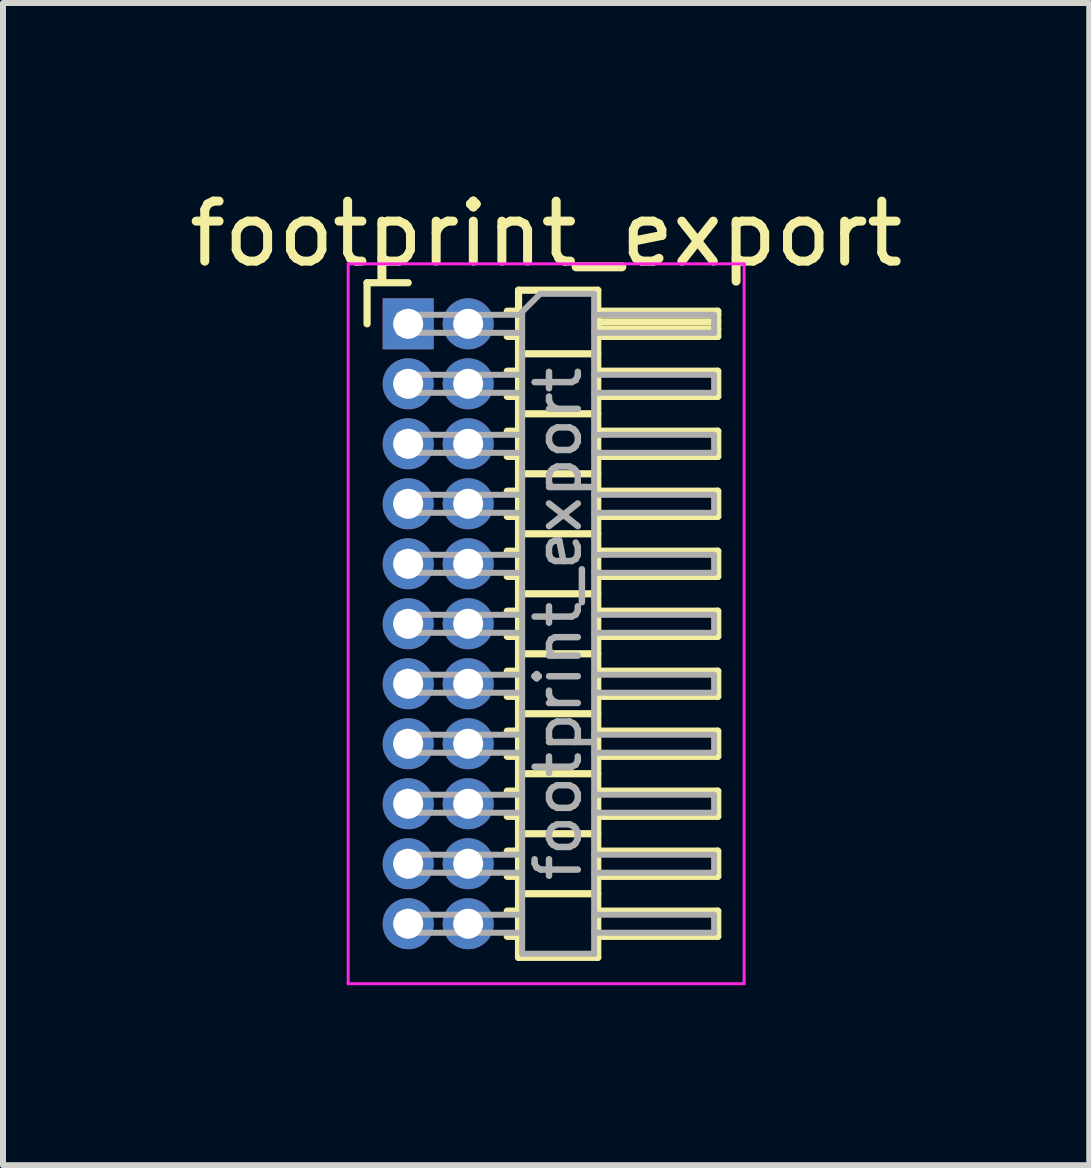
<source format=kicad_pcb>
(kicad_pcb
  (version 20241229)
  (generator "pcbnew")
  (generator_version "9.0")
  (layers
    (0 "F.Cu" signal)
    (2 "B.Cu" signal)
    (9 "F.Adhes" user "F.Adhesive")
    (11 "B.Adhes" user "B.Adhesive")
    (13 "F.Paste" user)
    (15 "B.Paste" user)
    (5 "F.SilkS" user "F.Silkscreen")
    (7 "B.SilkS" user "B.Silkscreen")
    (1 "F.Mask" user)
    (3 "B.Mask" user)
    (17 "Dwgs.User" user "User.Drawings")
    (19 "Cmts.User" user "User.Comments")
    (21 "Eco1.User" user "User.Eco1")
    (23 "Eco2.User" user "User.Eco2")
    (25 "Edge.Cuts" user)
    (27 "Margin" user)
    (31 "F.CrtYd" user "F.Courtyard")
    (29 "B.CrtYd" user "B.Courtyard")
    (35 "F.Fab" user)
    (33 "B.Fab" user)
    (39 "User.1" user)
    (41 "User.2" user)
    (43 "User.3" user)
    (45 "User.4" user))
  (footprint "footprint_export"
    (layer "F.Cu")
    (at 3.754 2.348)
    (property "Reference" "footprint_export" (at 2.3 -1.5 0) (layer "F.SilkS") (effects (font (size 1 1) (thickness 0.15))))
    (attr through_hole)
    (fp_line (start -0.685 -0.685) (end 0 -0.685) (stroke (width 0.12) (type solid)) (layer "F.SilkS"))
    (fp_line (start -0.685 0) (end -0.685 -0.685) (stroke (width 0.12) (type solid)) (layer "F.SilkS"))
    (fp_line (start 1.652 -0.21) (end 1.84 -0.21) (stroke (width 0.12) (type solid)) (layer "F.SilkS"))
    (fp_line (start 1.652 0.21) (end 1.84 0.21) (stroke (width 0.12) (type solid)) (layer "F.SilkS"))
    (fp_line (start 1.652 0.79) (end 1.84 0.79) (stroke (width 0.12) (type solid)) (layer "F.SilkS"))
    (fp_line (start 1.652 1.21) (end 1.84 1.21) (stroke (width 0.12) (type solid)) (layer "F.SilkS"))
    (fp_line (start 1.652 1.79) (end 1.84 1.79) (stroke (width 0.12) (type solid)) (layer "F.SilkS"))
    (fp_line (start 1.652 2.21) (end 1.84 2.21) (stroke (width 0.12) (type solid)) (layer "F.SilkS"))
    (fp_line (start 1.652 2.79) (end 1.84 2.79) (stroke (width 0.12) (type solid)) (layer "F.SilkS"))
    (fp_line (start 1.652 3.21) (end 1.84 3.21) (stroke (width 0.12) (type solid)) (layer "F.SilkS"))
    (fp_line (start 1.652 3.79) (end 1.84 3.79) (stroke (width 0.12) (type solid)) (layer "F.SilkS"))
    (fp_line (start 1.652 4.21) (end 1.84 4.21) (stroke (width 0.12) (type solid)) (layer "F.SilkS"))
    (fp_line (start 1.652 4.79) (end 1.84 4.79) (stroke (width 0.12) (type solid)) (layer "F.SilkS"))
    (fp_line (start 1.652 5.21) (end 1.84 5.21) (stroke (width 0.12) (type solid)) (layer "F.SilkS"))
    (fp_line (start 1.652 5.79) (end 1.84 5.79) (stroke (width 0.12) (type solid)) (layer "F.SilkS"))
    (fp_line (start 1.652 6.21) (end 1.84 6.21) (stroke (width 0.12) (type solid)) (layer "F.SilkS"))
    (fp_line (start 1.652 6.79) (end 1.84 6.79) (stroke (width 0.12) (type solid)) (layer "F.SilkS"))
    (fp_line (start 1.652 7.21) (end 1.84 7.21) (stroke (width 0.12) (type solid)) (layer "F.SilkS"))
    (fp_line (start 1.652 7.79) (end 1.84 7.79) (stroke (width 0.12) (type solid)) (layer "F.SilkS"))
    (fp_line (start 1.652 8.21) (end 1.84 8.21) (stroke (width 0.12) (type solid)) (layer "F.SilkS"))
    (fp_line (start 1.652 8.79) (end 1.84 8.79) (stroke (width 0.12) (type solid)) (layer "F.SilkS"))
    (fp_line (start 1.652 9.21) (end 1.84 9.21) (stroke (width 0.12) (type solid)) (layer "F.SilkS"))
    (fp_line (start 1.652 9.79) (end 1.84 9.79) (stroke (width 0.12) (type solid)) (layer "F.SilkS"))
    (fp_line (start 1.652 10.21) (end 1.84 10.21) (stroke (width 0.12) (type solid)) (layer "F.SilkS"))
    (fp_line (start 1.84 -0.56) (end 1.84 10.56) (stroke (width 0.12) (type solid)) (layer "F.SilkS"))
    (fp_line (start 1.84 0.5) (end 3.16 0.5) (stroke (width 0.12) (type solid)) (layer "F.SilkS"))
    (fp_line (start 1.84 1.5) (end 3.16 1.5) (stroke (width 0.12) (type solid)) (layer "F.SilkS"))
    (fp_line (start 1.84 2.5) (end 3.16 2.5) (stroke (width 0.12) (type solid)) (layer "F.SilkS"))
    (fp_line (start 1.84 3.5) (end 3.16 3.5) (stroke (width 0.12) (type solid)) (layer "F.SilkS"))
    (fp_line (start 1.84 4.5) (end 3.16 4.5) (stroke (width 0.12) (type solid)) (layer "F.SilkS"))
    (fp_line (start 1.84 5.5) (end 3.16 5.5) (stroke (width 0.12) (type solid)) (layer "F.SilkS"))
    (fp_line (start 1.84 6.5) (end 3.16 6.5) (stroke (width 0.12) (type solid)) (layer "F.SilkS"))
    (fp_line (start 1.84 7.5) (end 3.16 7.5) (stroke (width 0.12) (type solid)) (layer "F.SilkS"))
    (fp_line (start 1.84 8.5) (end 3.16 8.5) (stroke (width 0.12) (type solid)) (layer "F.SilkS"))
    (fp_line (start 1.84 9.5) (end 3.16 9.5) (stroke (width 0.12) (type solid)) (layer "F.SilkS"))
    (fp_line (start 1.84 10.56) (end 3.16 10.56) (stroke (width 0.12) (type solid)) (layer "F.SilkS"))
    (fp_line (start 3.16 -0.56) (end 1.84 -0.56) (stroke (width 0.12) (type solid)) (layer "F.SilkS"))
    (fp_line (start 3.16 -0.21) (end 5.16 -0.21) (stroke (width 0.12) (type solid)) (layer "F.SilkS"))
    (fp_line (start 3.16 -0.15) (end 5.16 -0.15) (stroke (width 0.12) (type solid)) (layer "F.SilkS"))
    (fp_line (start 3.16 -0.03) (end 5.16 -0.03) (stroke (width 0.12) (type solid)) (layer "F.SilkS"))
    (fp_line (start 3.16 0.09) (end 5.16 0.09) (stroke (width 0.12) (type solid)) (layer "F.SilkS"))
    (fp_line (start 3.16 0.79) (end 5.16 0.79) (stroke (width 0.12) (type solid)) (layer "F.SilkS"))
    (fp_line (start 3.16 1.79) (end 5.16 1.79) (stroke (width 0.12) (type solid)) (layer "F.SilkS"))
    (fp_line (start 3.16 2.79) (end 5.16 2.79) (stroke (width 0.12) (type solid)) (layer "F.SilkS"))
    (fp_line (start 3.16 3.79) (end 5.16 3.79) (stroke (width 0.12) (type solid)) (layer "F.SilkS"))
    (fp_line (start 3.16 4.79) (end 5.16 4.79) (stroke (width 0.12) (type solid)) (layer "F.SilkS"))
    (fp_line (start 3.16 5.79) (end 5.16 5.79) (stroke (width 0.12) (type solid)) (layer "F.SilkS"))
    (fp_line (start 3.16 6.79) (end 5.16 6.79) (stroke (width 0.12) (type solid)) (layer "F.SilkS"))
    (fp_line (start 3.16 7.79) (end 5.16 7.79) (stroke (width 0.12) (type solid)) (layer "F.SilkS"))
    (fp_line (start 3.16 8.79) (end 5.16 8.79) (stroke (width 0.12) (type solid)) (layer "F.SilkS"))
    (fp_line (start 3.16 9.79) (end 5.16 9.79) (stroke (width 0.12) (type solid)) (layer "F.SilkS"))
    (fp_line (start 3.16 10.56) (end 3.16 -0.56) (stroke (width 0.12) (type solid)) (layer "F.SilkS"))
    (fp_line (start 5.16 -0.21) (end 5.16 0.21) (stroke (width 0.12) (type solid)) (layer "F.SilkS"))
    (fp_line (start 5.16 0.21) (end 3.16 0.21) (stroke (width 0.12) (type solid)) (layer "F.SilkS"))
    (fp_line (start 5.16 0.79) (end 5.16 1.21) (stroke (width 0.12) (type solid)) (layer "F.SilkS"))
    (fp_line (start 5.16 1.21) (end 3.16 1.21) (stroke (width 0.12) (type solid)) (layer "F.SilkS"))
    (fp_line (start 5.16 1.79) (end 5.16 2.21) (stroke (width 0.12) (type solid)) (layer "F.SilkS"))
    (fp_line (start 5.16 2.21) (end 3.16 2.21) (stroke (width 0.12) (type solid)) (layer "F.SilkS"))
    (fp_line (start 5.16 2.79) (end 5.16 3.21) (stroke (width 0.12) (type solid)) (layer "F.SilkS"))
    (fp_line (start 5.16 3.21) (end 3.16 3.21) (stroke (width 0.12) (type solid)) (layer "F.SilkS"))
    (fp_line (start 5.16 3.79) (end 5.16 4.21) (stroke (width 0.12) (type solid)) (layer "F.SilkS"))
    (fp_line (start 5.16 4.21) (end 3.16 4.21) (stroke (width 0.12) (type solid)) (layer "F.SilkS"))
    (fp_line (start 5.16 4.79) (end 5.16 5.21) (stroke (width 0.12) (type solid)) (layer "F.SilkS"))
    (fp_line (start 5.16 5.21) (end 3.16 5.21) (stroke (width 0.12) (type solid)) (layer "F.SilkS"))
    (fp_line (start 5.16 5.79) (end 5.16 6.21) (stroke (width 0.12) (type solid)) (layer "F.SilkS"))
    (fp_line (start 5.16 6.21) (end 3.16 6.21) (stroke (width 0.12) (type solid)) (layer "F.SilkS"))
    (fp_line (start 5.16 6.79) (end 5.16 7.21) (stroke (width 0.12) (type solid)) (layer "F.SilkS"))
    (fp_line (start 5.16 7.21) (end 3.16 7.21) (stroke (width 0.12) (type solid)) (layer "F.SilkS"))
    (fp_line (start 5.16 7.79) (end 5.16 8.21) (stroke (width 0.12) (type solid)) (layer "F.SilkS"))
    (fp_line (start 5.16 8.21) (end 3.16 8.21) (stroke (width 0.12) (type solid)) (layer "F.SilkS"))
    (fp_line (start 5.16 8.79) (end 5.16 9.21) (stroke (width 0.12) (type solid)) (layer "F.SilkS"))
    (fp_line (start 5.16 9.21) (end 3.16 9.21) (stroke (width 0.12) (type solid)) (layer "F.SilkS"))
    (fp_line (start 5.16 9.79) (end 5.16 10.21) (stroke (width 0.12) (type solid)) (layer "F.SilkS"))
    (fp_line (start 5.16 10.21) (end 3.16 10.21) (stroke (width 0.12) (type solid)) (layer "F.SilkS"))
    (fp_line (start -1 -1) (end -1 11) (stroke (width 0.05) (type solid)) (layer "F.CrtYd"))
    (fp_line (start -1 11) (end 5.6 11) (stroke (width 0.05) (type solid)) (layer "F.CrtYd"))
    (fp_line (start 5.6 -1) (end -1 -1) (stroke (width 0.05) (type solid)) (layer "F.CrtYd"))
    (fp_line (start 5.6 11) (end 5.6 -1) (stroke (width 0.05) (type solid)) (layer "F.CrtYd"))
    (fp_line (start -0.15 -0.15) (end -0.15 0.15) (stroke (width 0.1) (type solid)) (layer "F.Fab"))
    (fp_line (start -0.15 -0.15) (end 1.9 -0.15) (stroke (width 0.1) (type solid)) (layer "F.Fab"))
    (fp_line (start -0.15 0.15) (end 1.9 0.15) (stroke (width 0.1) (type solid)) (layer "F.Fab"))
    (fp_line (start -0.15 0.85) (end -0.15 1.15) (stroke (width 0.1) (type solid)) (layer "F.Fab"))
    (fp_line (start -0.15 0.85) (end 1.9 0.85) (stroke (width 0.1) (type solid)) (layer "F.Fab"))
    (fp_line (start -0.15 1.15) (end 1.9 1.15) (stroke (width 0.1) (type solid)) (layer "F.Fab"))
    (fp_line (start -0.15 1.85) (end -0.15 2.15) (stroke (width 0.1) (type solid)) (layer "F.Fab"))
    (fp_line (start -0.15 1.85) (end 1.9 1.85) (stroke (width 0.1) (type solid)) (layer "F.Fab"))
    (fp_line (start -0.15 2.15) (end 1.9 2.15) (stroke (width 0.1) (type solid)) (layer "F.Fab"))
    (fp_line (start -0.15 2.85) (end -0.15 3.15) (stroke (width 0.1) (type solid)) (layer "F.Fab"))
    (fp_line (start -0.15 2.85) (end 1.9 2.85) (stroke (width 0.1) (type solid)) (layer "F.Fab"))
    (fp_line (start -0.15 3.15) (end 1.9 3.15) (stroke (width 0.1) (type solid)) (layer "F.Fab"))
    (fp_line (start -0.15 3.85) (end -0.15 4.15) (stroke (width 0.1) (type solid)) (layer "F.Fab"))
    (fp_line (start -0.15 3.85) (end 1.9 3.85) (stroke (width 0.1) (type solid)) (layer "F.Fab"))
    (fp_line (start -0.15 4.15) (end 1.9 4.15) (stroke (width 0.1) (type solid)) (layer "F.Fab"))
    (fp_line (start -0.15 4.85) (end -0.15 5.15) (stroke (width 0.1) (type solid)) (layer "F.Fab"))
    (fp_line (start -0.15 4.85) (end 1.9 4.85) (stroke (width 0.1) (type solid)) (layer "F.Fab"))
    (fp_line (start -0.15 5.15) (end 1.9 5.15) (stroke (width 0.1) (type solid)) (layer "F.Fab"))
    (fp_line (start -0.15 5.85) (end -0.15 6.15) (stroke (width 0.1) (type solid)) (layer "F.Fab"))
    (fp_line (start -0.15 5.85) (end 1.9 5.85) (stroke (width 0.1) (type solid)) (layer "F.Fab"))
    (fp_line (start -0.15 6.15) (end 1.9 6.15) (stroke (width 0.1) (type solid)) (layer "F.Fab"))
    (fp_line (start -0.15 6.85) (end -0.15 7.15) (stroke (width 0.1) (type solid)) (layer "F.Fab"))
    (fp_line (start -0.15 6.85) (end 1.9 6.85) (stroke (width 0.1) (type solid)) (layer "F.Fab"))
    (fp_line (start -0.15 7.15) (end 1.9 7.15) (stroke (width 0.1) (type solid)) (layer "F.Fab"))
    (fp_line (start -0.15 7.85) (end -0.15 8.15) (stroke (width 0.1) (type solid)) (layer "F.Fab"))
    (fp_line (start -0.15 7.85) (end 1.9 7.85) (stroke (width 0.1) (type solid)) (layer "F.Fab"))
    (fp_line (start -0.15 8.15) (end 1.9 8.15) (stroke (width 0.1) (type solid)) (layer "F.Fab"))
    (fp_line (start -0.15 8.85) (end -0.15 9.15) (stroke (width 0.1) (type solid)) (layer "F.Fab"))
    (fp_line (start -0.15 8.85) (end 1.9 8.85) (stroke (width 0.1) (type solid)) (layer "F.Fab"))
    (fp_line (start -0.15 9.15) (end 1.9 9.15) (stroke (width 0.1) (type solid)) (layer "F.Fab"))
    (fp_line (start -0.15 9.85) (end -0.15 10.15) (stroke (width 0.1) (type solid)) (layer "F.Fab"))
    (fp_line (start -0.15 9.85) (end 1.9 9.85) (stroke (width 0.1) (type solid)) (layer "F.Fab"))
    (fp_line (start -0.15 10.15) (end 1.9 10.15) (stroke (width 0.1) (type solid)) (layer "F.Fab"))
    (fp_line (start 1.9 -0.2) (end 2.2 -0.5) (stroke (width 0.1) (type solid)) (layer "F.Fab"))
    (fp_line (start 1.9 10.5) (end 1.9 -0.2) (stroke (width 0.1) (type solid)) (layer "F.Fab"))
    (fp_line (start 2.2 -0.5) (end 3.1 -0.5) (stroke (width 0.1) (type solid)) (layer "F.Fab"))
    (fp_line (start 3.1 -0.5) (end 3.1 10.5) (stroke (width 0.1) (type solid)) (layer "F.Fab"))
    (fp_line (start 3.1 -0.15) (end 5.1 -0.15) (stroke (width 0.1) (type solid)) (layer "F.Fab"))
    (fp_line (start 3.1 0.15) (end 5.1 0.15) (stroke (width 0.1) (type solid)) (layer "F.Fab"))
    (fp_line (start 3.1 0.85) (end 5.1 0.85) (stroke (width 0.1) (type solid)) (layer "F.Fab"))
    (fp_line (start 3.1 1.15) (end 5.1 1.15) (stroke (width 0.1) (type solid)) (layer "F.Fab"))
    (fp_line (start 3.1 1.85) (end 5.1 1.85) (stroke (width 0.1) (type solid)) (layer "F.Fab"))
    (fp_line (start 3.1 2.15) (end 5.1 2.15) (stroke (width 0.1) (type solid)) (layer "F.Fab"))
    (fp_line (start 3.1 2.85) (end 5.1 2.85) (stroke (width 0.1) (type solid)) (layer "F.Fab"))
    (fp_line (start 3.1 3.15) (end 5.1 3.15) (stroke (width 0.1) (type solid)) (layer "F.Fab"))
    (fp_line (start 3.1 3.85) (end 5.1 3.85) (stroke (width 0.1) (type solid)) (layer "F.Fab"))
    (fp_line (start 3.1 4.15) (end 5.1 4.15) (stroke (width 0.1) (type solid)) (layer "F.Fab"))
    (fp_line (start 3.1 4.85) (end 5.1 4.85) (stroke (width 0.1) (type solid)) (layer "F.Fab"))
    (fp_line (start 3.1 5.15) (end 5.1 5.15) (stroke (width 0.1) (type solid)) (layer "F.Fab"))
    (fp_line (start 3.1 5.85) (end 5.1 5.85) (stroke (width 0.1) (type solid)) (layer "F.Fab"))
    (fp_line (start 3.1 6.15) (end 5.1 6.15) (stroke (width 0.1) (type solid)) (layer "F.Fab"))
    (fp_line (start 3.1 6.85) (end 5.1 6.85) (stroke (width 0.1) (type solid)) (layer "F.Fab"))
    (fp_line (start 3.1 7.15) (end 5.1 7.15) (stroke (width 0.1) (type solid)) (layer "F.Fab"))
    (fp_line (start 3.1 7.85) (end 5.1 7.85) (stroke (width 0.1) (type solid)) (layer "F.Fab"))
    (fp_line (start 3.1 8.15) (end 5.1 8.15) (stroke (width 0.1) (type solid)) (layer "F.Fab"))
    (fp_line (start 3.1 8.85) (end 5.1 8.85) (stroke (width 0.1) (type solid)) (layer "F.Fab"))
    (fp_line (start 3.1 9.15) (end 5.1 9.15) (stroke (width 0.1) (type solid)) (layer "F.Fab"))
    (fp_line (start 3.1 9.85) (end 5.1 9.85) (stroke (width 0.1) (type solid)) (layer "F.Fab"))
    (fp_line (start 3.1 10.15) (end 5.1 10.15) (stroke (width 0.1) (type solid)) (layer "F.Fab"))
    (fp_line (start 3.1 10.5) (end 1.9 10.5) (stroke (width 0.1) (type solid)) (layer "F.Fab"))
    (fp_line (start 5.1 -0.15) (end 5.1 0.15) (stroke (width 0.1) (type solid)) (layer "F.Fab"))
    (fp_line (start 5.1 0.85) (end 5.1 1.15) (stroke (width 0.1) (type solid)) (layer "F.Fab"))
    (fp_line (start 5.1 1.85) (end 5.1 2.15) (stroke (width 0.1) (type solid)) (layer "F.Fab"))
    (fp_line (start 5.1 2.85) (end 5.1 3.15) (stroke (width 0.1) (type solid)) (layer "F.Fab"))
    (fp_line (start 5.1 3.85) (end 5.1 4.15) (stroke (width 0.1) (type solid)) (layer "F.Fab"))
    (fp_line (start 5.1 4.85) (end 5.1 5.15) (stroke (width 0.1) (type solid)) (layer "F.Fab"))
    (fp_line (start 5.1 5.85) (end 5.1 6.15) (stroke (width 0.1) (type solid)) (layer "F.Fab"))
    (fp_line (start 5.1 6.85) (end 5.1 7.15) (stroke (width 0.1) (type solid)) (layer "F.Fab"))
    (fp_line (start 5.1 7.85) (end 5.1 8.15) (stroke (width 0.1) (type solid)) (layer "F.Fab"))
    (fp_line (start 5.1 8.85) (end 5.1 9.15) (stroke (width 0.1) (type solid)) (layer "F.Fab"))
    (fp_line (start 5.1 9.85) (end 5.1 10.15) (stroke (width 0.1) (type solid)) (layer "F.Fab"))
    (fp_text user "${REFERENCE}" (at 2.5 5 90) (layer "F.Fab") (effects (font (size 0.72 0.72) (thickness 0.108))))
    (pad "1" thru_hole rect (at 0 0) (size 0.85 0.85) (drill 0.5) (layers "*.Cu" "*.Mask"))
    (pad "2" thru_hole oval (at 1 0) (size 0.85 0.85) (drill 0.5) (layers "*.Cu" "*.Mask"))
    (pad "3" thru_hole oval (at 0 1) (size 0.85 0.85) (drill 0.5) (layers "*.Cu" "*.Mask"))
    (pad "4" thru_hole oval (at 1 1) (size 0.85 0.85) (drill 0.5) (layers "*.Cu" "*.Mask"))
    (pad "5" thru_hole oval (at 0 2) (size 0.85 0.85) (drill 0.5) (layers "*.Cu" "*.Mask"))
    (pad "6" thru_hole oval (at 1 2) (size 0.85 0.85) (drill 0.5) (layers "*.Cu" "*.Mask"))
    (pad "7" thru_hole oval (at 0 3) (size 0.85 0.85) (drill 0.5) (layers "*.Cu" "*.Mask"))
    (pad "8" thru_hole oval (at 1 3) (size 0.85 0.85) (drill 0.5) (layers "*.Cu" "*.Mask"))
    (pad "9" thru_hole oval (at 0 4) (size 0.85 0.85) (drill 0.5) (layers "*.Cu" "*.Mask"))
    (pad "10" thru_hole oval (at 1 4) (size 0.85 0.85) (drill 0.5) (layers "*.Cu" "*.Mask"))
    (pad "11" thru_hole oval (at 0 5) (size 0.85 0.85) (drill 0.5) (layers "*.Cu" "*.Mask"))
    (pad "12" thru_hole oval (at 1 5) (size 0.85 0.85) (drill 0.5) (layers "*.Cu" "*.Mask"))
    (pad "13" thru_hole oval (at 0 6) (size 0.85 0.85) (drill 0.5) (layers "*.Cu" "*.Mask"))
    (pad "14" thru_hole oval (at 1 6) (size 0.85 0.85) (drill 0.5) (layers "*.Cu" "*.Mask"))
    (pad "15" thru_hole oval (at 0 7) (size 0.85 0.85) (drill 0.5) (layers "*.Cu" "*.Mask"))
    (pad "16" thru_hole oval (at 1 7) (size 0.85 0.85) (drill 0.5) (layers "*.Cu" "*.Mask"))
    (pad "17" thru_hole oval (at 0 8) (size 0.85 0.85) (drill 0.5) (layers "*.Cu" "*.Mask"))
    (pad "18" thru_hole oval (at 1 8) (size 0.85 0.85) (drill 0.5) (layers "*.Cu" "*.Mask"))
    (pad "19" thru_hole oval (at 0 9) (size 0.85 0.85) (drill 0.5) (layers "*.Cu" "*.Mask"))
    (pad "20" thru_hole oval (at 1 9) (size 0.85 0.85) (drill 0.5) (layers "*.Cu" "*.Mask"))
    (pad "21" thru_hole oval (at 0 10) (size 0.85 0.85) (drill 0.5) (layers "*.Cu" "*.Mask"))
    (pad "22" thru_hole oval (at 1 10) (size 0.85 0.85) (drill 0.5) (layers "*.Cu" "*.Mask")))
  (gr_rect
    (start -3 -3)
    (end 15.107 16.373)
    (stroke (width 0.1) (type default))
    (fill no)
    (layer "Edge.Cuts")))
</source>
